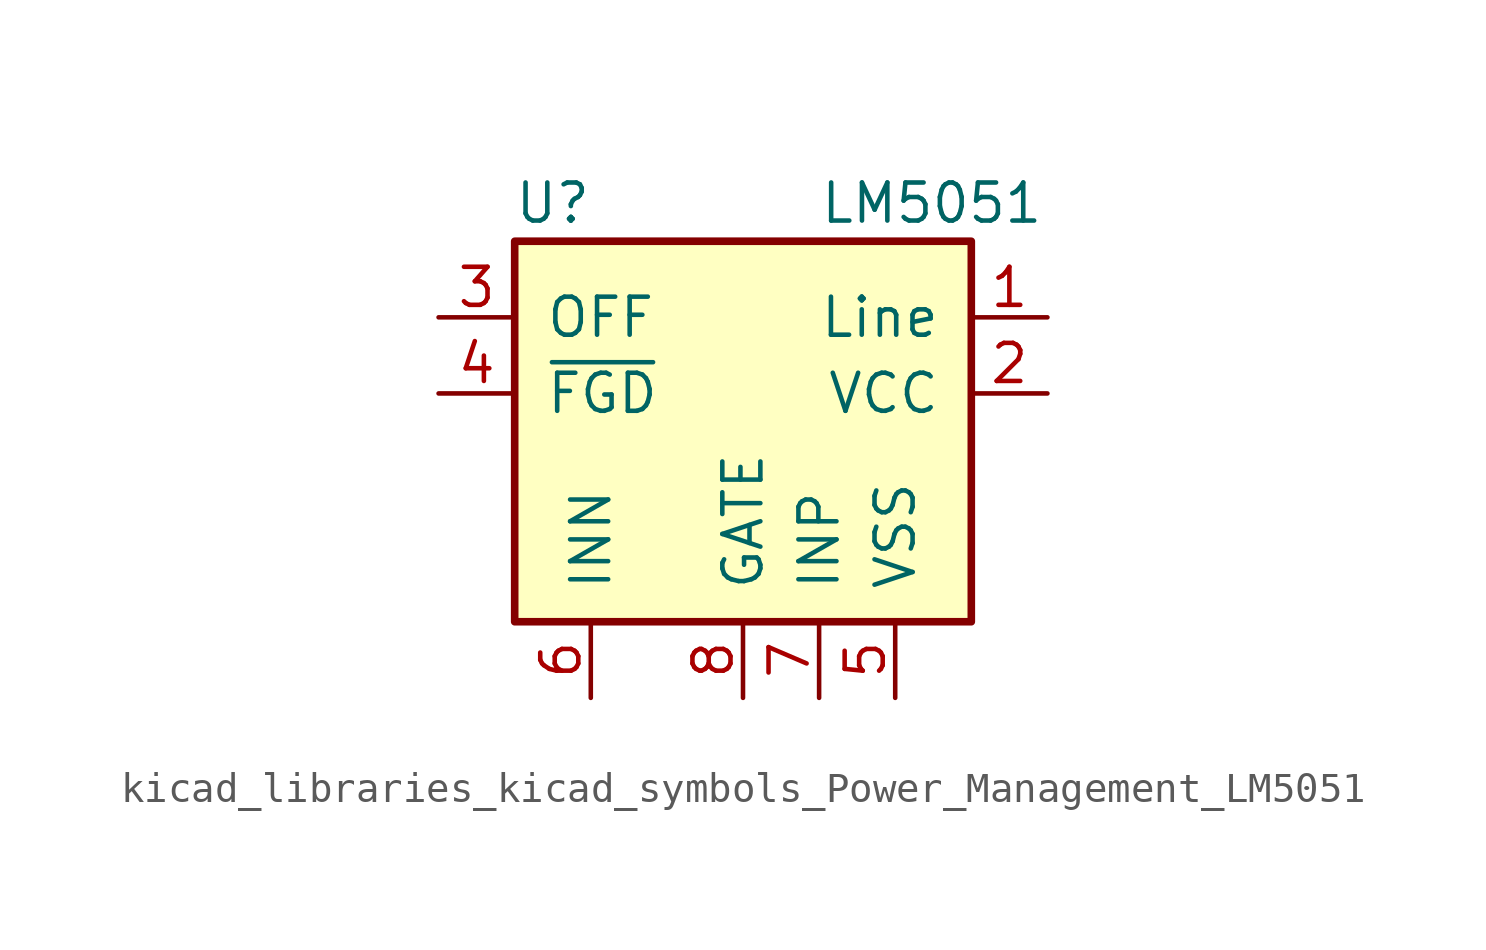
<source format=kicad_sym>
(kicad_symbol_lib
  (version 20220914)
  (generator kicad_symbol_editor)
  (symbol "kicad_libraries_kicad_symbols_Power_Management_LM5051"
    (pin_names
      (offset 1.016))
    (property "Reference" "U"
      (at -6.35 6.35 0)
      (effects (font (size 1.27 1.27))))
    (property "Value" "LM5051"
      (at 2.54 6.35 0)
      (effects (font (size 1.27 1.27)) (justify left)))
    (symbol "kicad_libraries_kicad_symbols_Power_Management_LM5051_0_1"
      (rectangle (start -7.62 5.08) (end 7.62 -7.62) (stroke (width 0.254) (type default)) (fill (type background))))
    (symbol "kicad_libraries_kicad_symbols_Power_Management_LM5051_1_1"
      (pin power_in line (at 10.16 2.54 180) (length 2.54) (name "Line" (effects (font (size 1.27 1.27)))) (number "1" (effects (font (size 1.27 1.27)))))
      (pin passive line (at 10.16 0 180) (length 2.54) (name "VCC" (effects (font (size 1.27 1.27)))) (number "2" (effects (font (size 1.27 1.27)))))
      (pin input line (at -10.16 2.54 0) (length 2.54) (name "OFF" (effects (font (size 1.27 1.27)))) (number "3" (effects (font (size 1.27 1.27)))))
      (pin open_collector line (at -10.16 0 0) (length 2.54) (name "~{FGD}" (effects (font (size 1.27 1.27)))) (number "4" (effects (font (size 1.27 1.27)))))
      (pin power_in line (at 5.08 -10.16 90) (length 2.54) (name "VSS" (effects (font (size 1.27 1.27)))) (number "5" (effects (font (size 1.27 1.27)))))
      (pin input line (at -5.08 -10.16 90) (length 2.54) (name "INN" (effects (font (size 1.27 1.27)))) (number "6" (effects (font (size 1.27 1.27)))))
      (pin power_in line (at 2.54 -10.16 90) (length 2.54) (name "INP" (effects (font (size 1.27 1.27)))) (number "7" (effects (font (size 1.27 1.27)))))
      (pin output line (at 0 -10.16 90) (length 2.54) (name "GATE" (effects (font (size 1.27 1.27)))) (number "8" (effects (font (size 1.27 1.27))))))))
</source>
